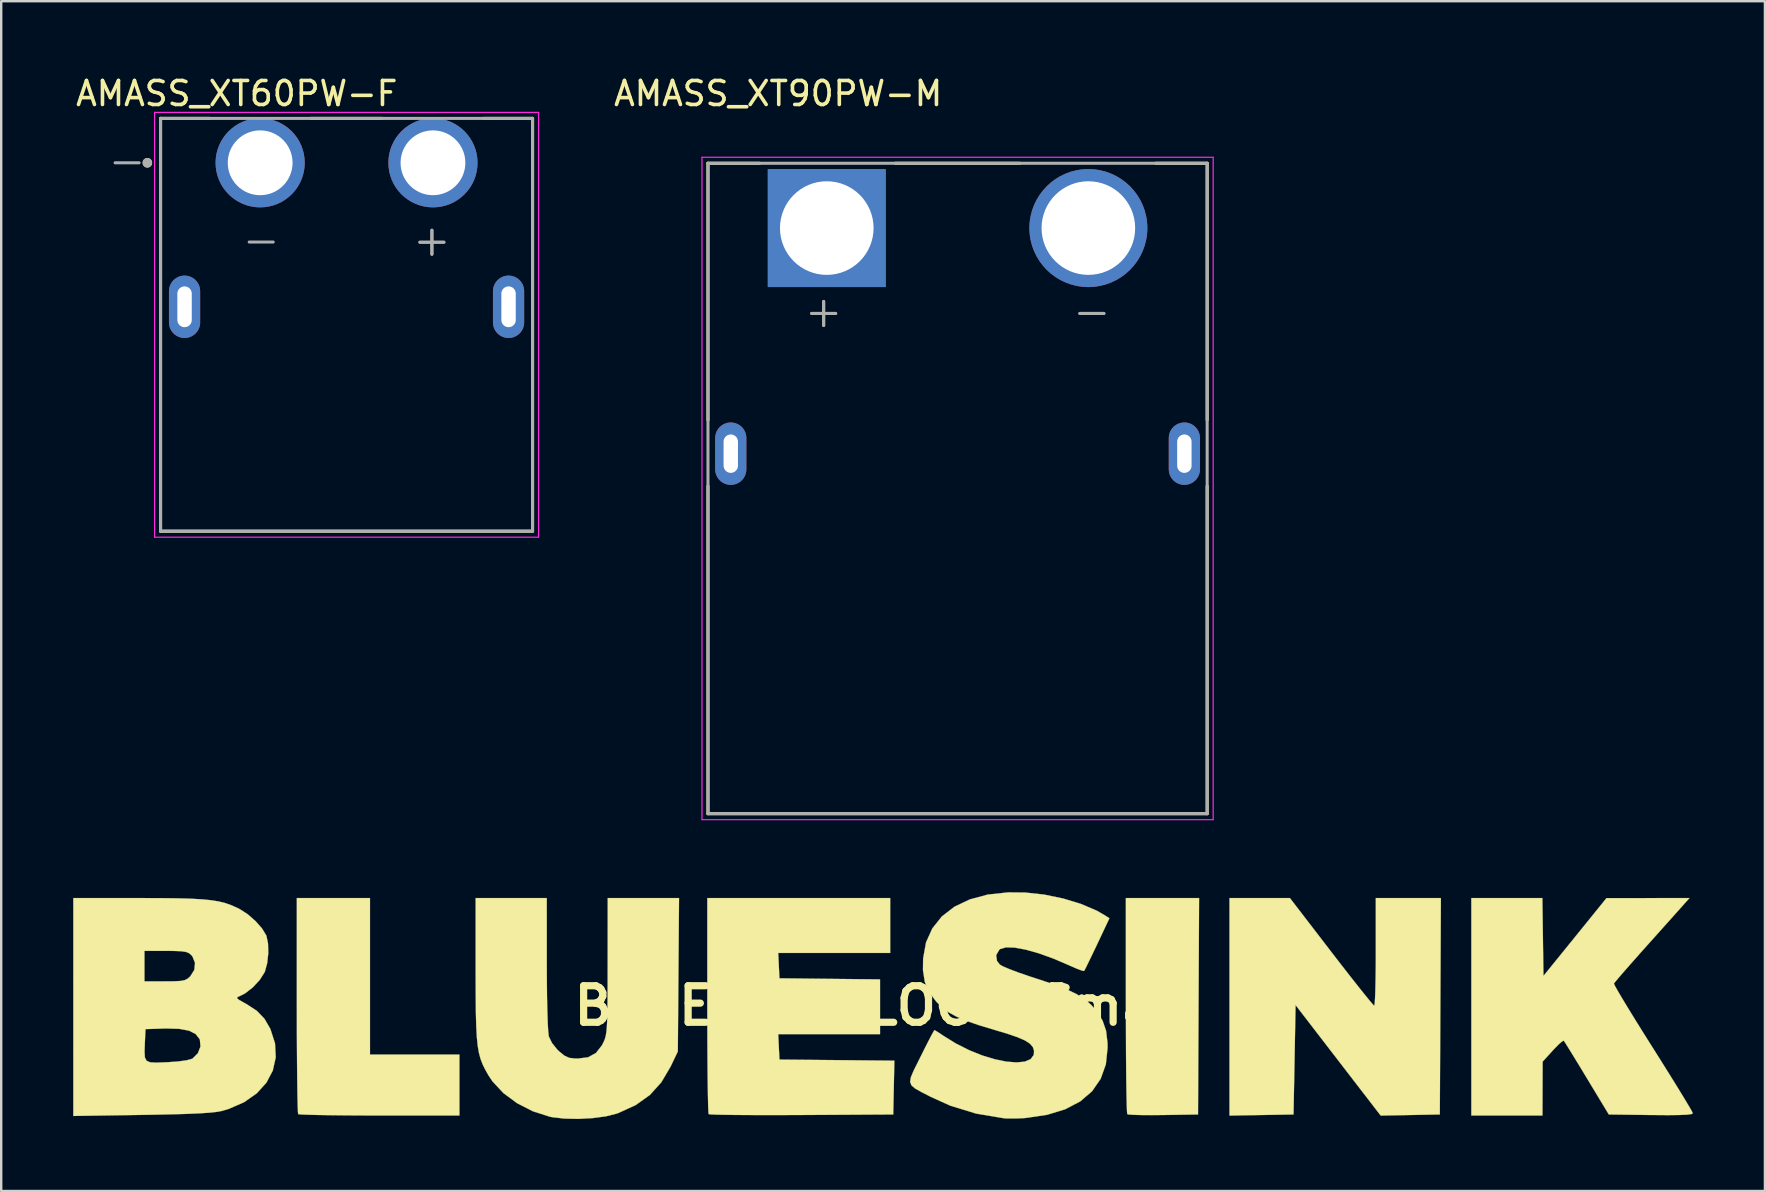
<source format=kicad_pcb>
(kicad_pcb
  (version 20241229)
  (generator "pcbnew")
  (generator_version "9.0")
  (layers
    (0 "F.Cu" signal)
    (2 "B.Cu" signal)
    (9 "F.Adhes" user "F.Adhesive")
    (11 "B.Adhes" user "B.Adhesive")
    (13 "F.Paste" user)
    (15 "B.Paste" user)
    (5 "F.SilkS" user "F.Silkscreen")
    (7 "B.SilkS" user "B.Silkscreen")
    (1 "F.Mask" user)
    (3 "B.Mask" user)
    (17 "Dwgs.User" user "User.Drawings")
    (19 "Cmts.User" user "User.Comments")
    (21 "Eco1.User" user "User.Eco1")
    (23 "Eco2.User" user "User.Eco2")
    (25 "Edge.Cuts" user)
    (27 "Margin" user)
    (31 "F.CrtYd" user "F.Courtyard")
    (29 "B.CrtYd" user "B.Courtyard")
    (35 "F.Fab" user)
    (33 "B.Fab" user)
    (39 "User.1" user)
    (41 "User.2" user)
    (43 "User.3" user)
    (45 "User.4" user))
  (footprint "AMASS_XT90PW-M"
    (layer "F.Cu")
    (at 36.849 15.853)
    (property "Reference" "AMASS_XT90PW-M" (at -7.475 -15.005 0) (layer "F.SilkS") (effects (font (size 1 1) (thickness 0.15))))
    (attr through_hole)
    (fp_line (start -10.4 -12.1) (end -10.4 -1.4) (stroke (width 0.127) (type solid)) (layer "F.SilkS"))
    (fp_line (start -10.4 1.35) (end -10.4 15) (stroke (width 0.127) (type solid)) (layer "F.SilkS"))
    (fp_line (start -10.4 15) (end 10.4 15) (stroke (width 0.127) (type solid)) (layer "F.SilkS"))
    (fp_line (start -8.25 -12.1) (end -10.4 -12.1) (stroke (width 0.127) (type solid)) (layer "F.SilkS"))
    (fp_line (start -2.6 -12.1) (end 2.6 -12.1) (stroke (width 0.127) (type solid)) (layer "F.SilkS"))
    (fp_line (start 10.4 -12.1) (end 8.25 -12.1) (stroke (width 0.127) (type solid)) (layer "F.SilkS"))
    (fp_line (start 10.4 -1.4) (end 10.4 -12.1) (stroke (width 0.127) (type solid)) (layer "F.SilkS"))
    (fp_line (start 10.4 15) (end 10.4 1.35) (stroke (width 0.127) (type solid)) (layer "F.SilkS"))
    (fp_line (start -10.65 -12.35) (end 10.65 -12.35) (stroke (width 0.05) (type solid)) (layer "F.CrtYd"))
    (fp_line (start -10.65 15.25) (end -10.65 -12.35) (stroke (width 0.05) (type solid)) (layer "F.CrtYd"))
    (fp_line (start 10.65 -12.35) (end 10.65 15.25) (stroke (width 0.05) (type solid)) (layer "F.CrtYd"))
    (fp_line (start 10.65 15.25) (end -10.65 15.25) (stroke (width 0.05) (type solid)) (layer "F.CrtYd"))
    (fp_line (start -10.4 -12.1) (end 10.4 -12.1) (stroke (width 0.127) (type solid)) (layer "F.Fab"))
    (fp_line (start -10.4 15) (end -10.4 -12.1) (stroke (width 0.127) (type solid)) (layer "F.Fab"))
    (fp_line (start -5.58 -5.342) (end -5.58 -6.342) (stroke (width 0.127) (type solid)) (layer "F.Fab"))
    (fp_line (start -5.58 -5.342) (end -5.58 -6.342) (stroke (width 0.127) (type solid)) (layer "F.Fab"))
    (fp_line (start -5.08 -5.842) (end -6.08 -5.842) (stroke (width 0.127) (type solid)) (layer "F.Fab"))
    (fp_line (start -5.08 -5.842) (end -6.08 -5.842) (stroke (width 0.127) (type solid)) (layer "F.Fab"))
    (fp_line (start 5.096 -5.842) (end 6.096 -5.842) (stroke (width 0.127) (type solid)) (layer "F.Fab"))
    (fp_line (start 6.096 -5.842) (end 5.096 -5.842) (stroke (width 0.127) (type solid)) (layer "F.Fab"))
    (fp_line (start 10.4 -12.1) (end 10.4 15) (stroke (width 0.127) (type solid)) (layer "F.Fab"))
    (fp_line (start 10.4 15) (end -10.4 15) (stroke (width 0.127) (type solid)) (layer "F.Fab"))
    (pad "1" thru_hole rect (at -5.45 -9.4) (size 4.916 4.916) (drill 3.9) (layers "*.Cu" "*.Mask"))
    (pad "2" thru_hole circle (at 5.45 -9.4) (size 4.916 4.916) (drill 3.9) (layers "*.Cu" "*.Mask"))
    (pad "S1" thru_hole oval (at -9.45 0) (size 1.3 2.6) (drill oval 0.6 1.6) (layers "*.Cu" "*.Mask"))
    (pad "S2" thru_hole oval (at 9.45 0) (size 1.3 2.6) (drill oval 0.6 1.6) (layers "*.Cu" "*.Mask")))
  (footprint "AMASS_XT60PW-F"
    (layer "F.Cu")
    (at 11.39 3.733)
    (property "Reference" "AMASS_XT60PW-F" (at -4.575 -2.885 0) (layer "F.SilkS") (effects (font (size 1 1) (thickness 0.15))))
    (attr through_hole)
    (fp_line (start -7.75 -1.85) (end -5.71 -1.85) (stroke (width 0.127) (type solid)) (layer "F.SilkS"))
    (fp_line (start -7.75 15.35) (end -7.75 -1.85) (stroke (width 0.127) (type solid)) (layer "F.SilkS"))
    (fp_line (start -1.49 -1.85) (end 1.49 -1.85) (stroke (width 0.127) (type solid)) (layer "F.SilkS"))
    (fp_line (start 5.71 -1.85) (end 7.75 -1.85) (stroke (width 0.127) (type solid)) (layer "F.SilkS"))
    (fp_line (start 7.75 -1.85) (end 7.75 15.35) (stroke (width 0.127) (type solid)) (layer "F.SilkS"))
    (fp_line (start 7.75 15.35) (end -7.75 15.35) (stroke (width 0.127) (type solid)) (layer "F.SilkS"))
    (fp_circle (center -8.3 0) (end -8.2 0) (stroke (width 0.2) (type solid)) (fill no) (layer "F.SilkS"))
    (fp_line (start -8 -2.1) (end 8 -2.1) (stroke (width 0.05) (type solid)) (layer "F.CrtYd"))
    (fp_line (start -8 15.6) (end -8 -2.1) (stroke (width 0.05) (type solid)) (layer "F.CrtYd"))
    (fp_line (start 8 -2.1) (end 8 15.6) (stroke (width 0.05) (type solid)) (layer "F.CrtYd"))
    (fp_line (start 8 15.6) (end -8 15.6) (stroke (width 0.05) (type solid)) (layer "F.CrtYd"))
    (fp_line (start -8.644 0) (end -9.644 0) (stroke (width 0.127) (type solid)) (layer "F.Fab"))
    (fp_line (start -7.75 -1.85) (end 7.75 -1.85) (stroke (width 0.127) (type solid)) (layer "F.Fab"))
    (fp_line (start -7.75 15.35) (end -7.75 -1.85) (stroke (width 0.127) (type solid)) (layer "F.Fab"))
    (fp_line (start -4.056 3.302) (end -3.056 3.302) (stroke (width 0.127) (type solid)) (layer "F.Fab"))
    (fp_line (start 3.556 3.81) (end 3.556 2.81) (stroke (width 0.127) (type solid)) (layer "F.Fab"))
    (fp_line (start 3.556 3.81) (end 3.556 2.81) (stroke (width 0.127) (type solid)) (layer "F.Fab"))
    (fp_line (start 4.056 3.31) (end 3.056 3.31) (stroke (width 0.127) (type solid)) (layer "F.Fab"))
    (fp_line (start 4.056 3.31) (end 3.056 3.31) (stroke (width 0.127) (type solid)) (layer "F.Fab"))
    (fp_line (start 7.75 -1.85) (end 7.75 15.35) (stroke (width 0.127) (type solid)) (layer "F.Fab"))
    (fp_line (start 7.75 15.35) (end -7.75 15.35) (stroke (width 0.127) (type solid)) (layer "F.Fab"))
    (fp_circle (center -8.3 0) (end -8.2 0) (stroke (width 0.2) (type solid)) (fill no) (layer "F.Fab"))
    (pad "1" thru_hole circle (at -3.6 0) (size 3.716 3.716) (drill 2.7) (layers "*.Cu" "*.Mask"))
    (pad "2" thru_hole circle (at 3.6 0) (size 3.716 3.716) (drill 2.7) (layers "*.Cu" "*.Mask"))
    (pad "S1" thru_hole oval (at -6.75 6) (size 1.3 2.6) (drill oval 0.6 1.7) (layers "*.Cu" "*.Mask"))
    (pad "S2" thru_hole oval (at 6.75 6) (size 1.3 2.6) (drill oval 0.6 1.7) (layers "*.Cu" "*.Mask")))
  (footprint "BLUESINK_LOGO_Small"
    (layer "F.Cu")
    (at 33.787 38.856)
    (property "Reference" "BLUESINK_LOGO_Small" (at 0 0 0) (layer "F.SilkS") (effects (font (size 1.524 1.524) (thickness 0.3))))
    (attr through_hole)
    (fp_poly (pts (xy 13.103 0.021) (xy 13.081 4.53) (xy 11.637 4.553) (xy 11.158 4.557) (xy 10.74 4.555) (xy 10.41 4.546) (xy 10.198 4.532) (xy 10.134 4.517) (xy 10.123 4.424) (xy 10.112 4.177) (xy 10.103 3.793) (xy 10.094 3.286) (xy 10.087 2.674) (xy 10.081 1.972) (xy 10.078 1.196) (xy 10.076 0.361) (xy 10.075 -0.014) (xy 10.075 -4.487) (xy 13.125 -4.487) (xy 13.103 0.021)) (stroke (width 0.01) (type solid)) (fill yes) (layer "F.SilkS"))
    (fp_poly (pts (xy -21.421 2.032) (xy -17.695 2.032) (xy -17.695 4.572) (xy -21.026 4.572) (xy -21.761 4.571) (xy -22.442 4.567) (xy -23.052 4.56) (xy -23.571 4.552) (xy -23.982 4.542) (xy -24.265 4.531) (xy -24.402 4.519) (xy -24.412 4.516) (xy -24.423 4.422) (xy -24.433 4.176) (xy -24.442 3.792) (xy -24.45 3.286) (xy -24.457 2.674) (xy -24.463 1.972) (xy -24.467 1.196) (xy -24.468 0.362) (xy -24.469 -0.014) (xy -24.469 -4.487) (xy -21.421 -4.487) (xy -21.421 2.032)) (stroke (width 0.01) (type solid)) (fill yes) (layer "F.SilkS"))
    (fp_poly (pts (xy 18.633 -2.244) (xy 19.046 -1.709) (xy 19.427 -1.22) (xy 19.764 -0.793) (xy 20.045 -0.442) (xy 20.257 -0.183) (xy 20.387 -0.033) (xy 20.423 0) (xy 20.441 -0.081) (xy 20.457 -0.309) (xy 20.47 -0.663) (xy 20.48 -1.12) (xy 20.487 -1.658) (xy 20.489 -2.244) (xy 20.489 -4.487) (xy 23.2 -4.487) (xy 23.178 0.021) (xy 23.156 4.53) (xy 21.924 4.553) (xy 20.692 4.576) (xy 18.918 2.274) (xy 17.145 -0.029) (xy 17.103 2.25) (xy 17.06 4.53) (xy 15.727 4.553) (xy 14.393 4.576) (xy 14.393 -4.487) (xy 16.909 -4.487) (xy 18.633 -2.244)) (stroke (width 0.01) (type solid)) (fill yes) (layer "F.SilkS"))
    (fp_poly (pts (xy 0.254 -2.201) (xy -2.078 -2.201) (xy -4.411 -2.201) (xy -4.386 -1.672) (xy -4.36 -1.143) (xy -2.265 -1.12) (xy -0.169 -1.098) (xy -0.169 1.185) (xy -4.411 1.185) (xy -4.386 1.714) (xy -4.36 2.244) (xy -1.966 2.266) (xy 0.428 2.289) (xy 0.405 3.409) (xy 0.381 4.53) (xy -3.435 4.552) (xy -4.223 4.555) (xy -4.959 4.556) (xy -5.625 4.554) (xy -6.204 4.55) (xy -6.679 4.544) (xy -7.033 4.535) (xy -7.248 4.525) (xy -7.309 4.516) (xy -7.32 4.423) (xy -7.33 4.176) (xy -7.339 3.792) (xy -7.348 3.286) (xy -7.355 2.674) (xy -7.36 1.972) (xy -7.364 1.196) (xy -7.366 0.362) (xy -7.366 -0.014) (xy -7.366 -4.487) (xy 0.254 -4.487) (xy 0.254 -2.201)) (stroke (width 0.01) (type solid)) (fill yes) (layer "F.SilkS"))
    (fp_poly (pts (xy 27.451 -2.865) (xy 27.474 -1.242) (xy 28.787 -2.862) (xy 30.099 -4.483) (xy 31.828 -4.485) (xy 33.558 -4.487) (xy 33.388 -4.297) (xy 33.286 -4.182) (xy 33.088 -3.961) (xy 32.813 -3.653) (xy 32.478 -3.279) (xy 32.102 -2.858) (xy 31.828 -2.553) (xy 31.443 -2.121) (xy 31.096 -1.729) (xy 30.804 -1.395) (xy 30.582 -1.137) (xy 30.446 -0.974) (xy 30.41 -0.924) (xy 30.447 -0.838) (xy 30.566 -0.625) (xy 30.756 -0.302) (xy 31.008 0.114) (xy 31.311 0.607) (xy 31.656 1.161) (xy 32.033 1.759) (xy 32.04 1.769) (xy 32.418 2.37) (xy 32.766 2.926) (xy 33.074 3.423) (xy 33.331 3.844) (xy 33.527 4.171) (xy 33.653 4.389) (xy 33.697 4.481) (xy 33.697 4.481) (xy 33.637 4.515) (xy 33.449 4.539) (xy 33.124 4.553) (xy 32.651 4.558) (xy 32.02 4.553) (xy 31.947 4.553) (xy 30.197 4.53) (xy 29.28 3.013) (xy 29.005 2.558) (xy 28.758 2.154) (xy 28.554 1.822) (xy 28.406 1.584) (xy 28.328 1.463) (xy 28.32 1.453) (xy 28.247 1.489) (xy 28.094 1.625) (xy 27.891 1.833) (xy 27.858 1.869) (xy 27.44 2.328) (xy 27.436 3.45) (xy 27.432 4.572) (xy 24.469 4.572) (xy 24.469 -4.487) (xy 27.428 -4.487) (xy 27.451 -2.865)) (stroke (width 0.01) (type solid)) (fill yes) (layer "F.SilkS"))
    (fp_poly (pts (xy -14.054 -1.757) (xy -14.051 -1.021) (xy -14.044 -0.353) (xy -14.031 0.229) (xy -14.015 0.704) (xy -13.996 1.054) (xy -13.973 1.258) (xy -13.968 1.283) (xy -13.838 1.551) (xy -13.616 1.828) (xy -13.545 1.897) (xy -13.318 2.081) (xy -13.12 2.172) (xy -12.867 2.2) (xy -12.754 2.201) (xy -12.331 2.147) (xy -12.008 1.97) (xy -11.759 1.654) (xy -11.675 1.488) (xy -11.632 1.381) (xy -11.598 1.257) (xy -11.571 1.096) (xy -11.551 0.879) (xy -11.536 0.588) (xy -11.527 0.204) (xy -11.521 -0.294) (xy -11.518 -0.923) (xy -11.517 -1.672) (xy -11.515 -4.487) (xy -8.544 -4.487) (xy -8.569 -1.291) (xy -8.594 1.905) (xy -8.898 2.54) (xy -9.283 3.191) (xy -9.76 3.719) (xy -10.35 4.139) (xy -11.071 4.469) (xy -11.14 4.494) (xy -11.586 4.607) (xy -12.138 4.681) (xy -12.735 4.714) (xy -13.32 4.702) (xy -13.831 4.643) (xy -13.939 4.62) (xy -14.64 4.395) (xy -15.292 4.061) (xy -15.861 3.64) (xy -16.314 3.155) (xy -16.48 2.908) (xy -16.614 2.671) (xy -16.724 2.449) (xy -16.812 2.221) (xy -16.88 1.969) (xy -16.932 1.673) (xy -16.968 1.312) (xy -16.993 0.867) (xy -17.008 0.32) (xy -17.015 -0.351) (xy -17.018 -1.165) (xy -17.018 -1.489) (xy -17.018 -4.487) (xy -14.055 -4.487) (xy -14.054 -1.757)) (stroke (width 0.01) (type solid)) (fill yes) (layer "F.SilkS"))
    (fp_poly (pts (xy -31.052 -4.486) (xy -30.193 -4.484) (xy -29.483 -4.476) (xy -28.901 -4.46) (xy -28.427 -4.434) (xy -28.04 -4.396) (xy -27.719 -4.344) (xy -27.445 -4.275) (xy -27.196 -4.187) (xy -26.952 -4.078) (xy -26.854 -4.029) (xy -26.519 -3.814) (xy -26.191 -3.527) (xy -25.916 -3.216) (xy -25.742 -2.928) (xy -25.735 -2.911) (xy -25.669 -2.593) (xy -25.659 -2.191) (xy -25.703 -1.78) (xy -25.796 -1.434) (xy -25.812 -1.396) (xy -26.014 -1.077) (xy -26.304 -0.764) (xy -26.626 -0.515) (xy -26.825 -0.413) (xy -26.939 -0.363) (xy -26.962 -0.315) (xy -26.877 -0.243) (xy -26.665 -0.123) (xy -26.583 -0.079) (xy -26.139 0.209) (xy -25.818 0.542) (xy -25.571 0.968) (xy -25.569 0.974) (xy -25.378 1.57) (xy -25.348 2.151) (xy -25.47 2.7) (xy -25.736 3.204) (xy -26.137 3.648) (xy -26.664 4.018) (xy -27.31 4.3) (xy -27.594 4.384) (xy -27.796 4.422) (xy -28.092 4.454) (xy -28.494 4.481) (xy -29.018 4.505) (xy -29.677 4.524) (xy -30.485 4.541) (xy -30.924 4.548) (xy -33.782 4.592) (xy -33.782 1.918) (xy -30.815 1.918) (xy -30.8 2.156) (xy -30.729 2.295) (xy -30.574 2.359) (xy -30.307 2.371) (xy -29.9 2.355) (xy -29.865 2.354) (xy -29.411 2.322) (xy -29.059 2.273) (xy -28.839 2.212) (xy -28.81 2.197) (xy -28.592 1.979) (xy -28.484 1.7) (xy -28.508 1.419) (xy -28.521 1.389) (xy -28.684 1.179) (xy -28.96 1.039) (xy -29.365 0.963) (xy -29.912 0.947) (xy -29.998 0.949) (xy -30.776 0.974) (xy -30.802 1.558) (xy -30.815 1.918) (xy -33.782 1.918) (xy -33.782 -2.286) (xy -30.819 -2.286) (xy -30.819 -1.016) (xy -29.968 -1.016) (xy -29.575 -1.019) (xy -29.313 -1.033) (xy -29.141 -1.066) (xy -29.021 -1.126) (xy -28.914 -1.22) (xy -28.91 -1.224) (xy -28.742 -1.491) (xy -28.711 -1.785) (xy -28.818 -2.055) (xy -28.871 -2.117) (xy -28.969 -2.194) (xy -29.099 -2.244) (xy -29.297 -2.272) (xy -29.601 -2.284) (xy -29.93 -2.286) (xy -30.819 -2.286) (xy -33.782 -2.286) (xy -33.782 -4.487) (xy -31.052 -4.486)) (stroke (width 0.01) (type solid)) (fill yes) (layer "F.SilkS"))
    (fp_poly (pts (xy 5.884 -4.716) (xy 6.678 -4.63) (xy 7.469 -4.466) (xy 8.212 -4.239) (xy 8.863 -3.96) (xy 9.203 -3.764) (xy 9.388 -3.643) (xy 8.878 -2.562) (xy 8.692 -2.172) (xy 8.531 -1.839) (xy 8.41 -1.592) (xy 8.342 -1.461) (xy 8.333 -1.447) (xy 8.246 -1.464) (xy 8.046 -1.538) (xy 7.774 -1.656) (xy 7.719 -1.681) (xy 7.06 -1.963) (xy 6.447 -2.184) (xy 5.899 -2.338) (xy 5.436 -2.423) (xy 5.076 -2.433) (xy 4.839 -2.364) (xy 4.8 -2.333) (xy 4.67 -2.106) (xy 4.704 -1.869) (xy 4.822 -1.715) (xy 4.956 -1.639) (xy 5.221 -1.526) (xy 5.588 -1.387) (xy 6.024 -1.236) (xy 6.376 -1.121) (xy 7.056 -0.895) (xy 7.595 -0.688) (xy 8.02 -0.485) (xy 8.355 -0.273) (xy 8.627 -0.038) (xy 8.862 0.234) (xy 8.863 0.235) (xy 9.106 0.625) (xy 9.249 1.042) (xy 9.309 1.542) (xy 9.313 1.747) (xy 9.241 2.439) (xy 9.024 3.045) (xy 8.668 3.561) (xy 8.174 3.985) (xy 7.546 4.314) (xy 6.788 4.545) (xy 5.902 4.676) (xy 5.8 4.684) (xy 5.465 4.698) (xy 5.149 4.698) (xy 4.995 4.688) (xy 3.835 4.494) (xy 2.764 4.166) (xy 1.947 3.797) (xy 1.565 3.601) (xy 1.3 3.453) (xy 1.142 3.32) (xy 1.084 3.171) (xy 1.118 2.973) (xy 1.236 2.695) (xy 1.43 2.306) (xy 1.525 2.115) (xy 1.719 1.726) (xy 1.887 1.397) (xy 2.015 1.156) (xy 2.088 1.029) (xy 2.099 1.016) (xy 2.179 1.06) (xy 2.353 1.171) (xy 2.482 1.259) (xy 3.005 1.581) (xy 3.546 1.853) (xy 4.087 2.07) (xy 4.608 2.229) (xy 5.09 2.328) (xy 5.514 2.362) (xy 5.859 2.33) (xy 6.106 2.226) (xy 6.237 2.049) (xy 6.249 1.884) (xy 6.2 1.724) (xy 6.081 1.582) (xy 5.873 1.447) (xy 5.555 1.309) (xy 5.108 1.157) (xy 4.63 1.015) (xy 3.963 0.814) (xy 3.434 0.632) (xy 3.019 0.456) (xy 2.689 0.274) (xy 2.419 0.072) (xy 2.181 -0.163) (xy 2.175 -0.169) (xy 1.876 -0.569) (xy 1.696 -0.993) (xy 1.62 -1.484) (xy 1.627 -1.969) (xy 1.747 -2.637) (xy 2.01 -3.222) (xy 2.407 -3.72) (xy 2.929 -4.124) (xy 3.569 -4.429) (xy 4.319 -4.631) (xy 5.169 -4.723) (xy 5.884 -4.716)) (stroke (width 0.01) (type solid)) (fill yes) (layer "F.SilkS")))
  (gr_rect
    (start -3 -3)
    (end 70.489 46.575)
    (stroke (width 0.1) (type default))
    (fill no)
    (layer "Edge.Cuts")))
</source>
